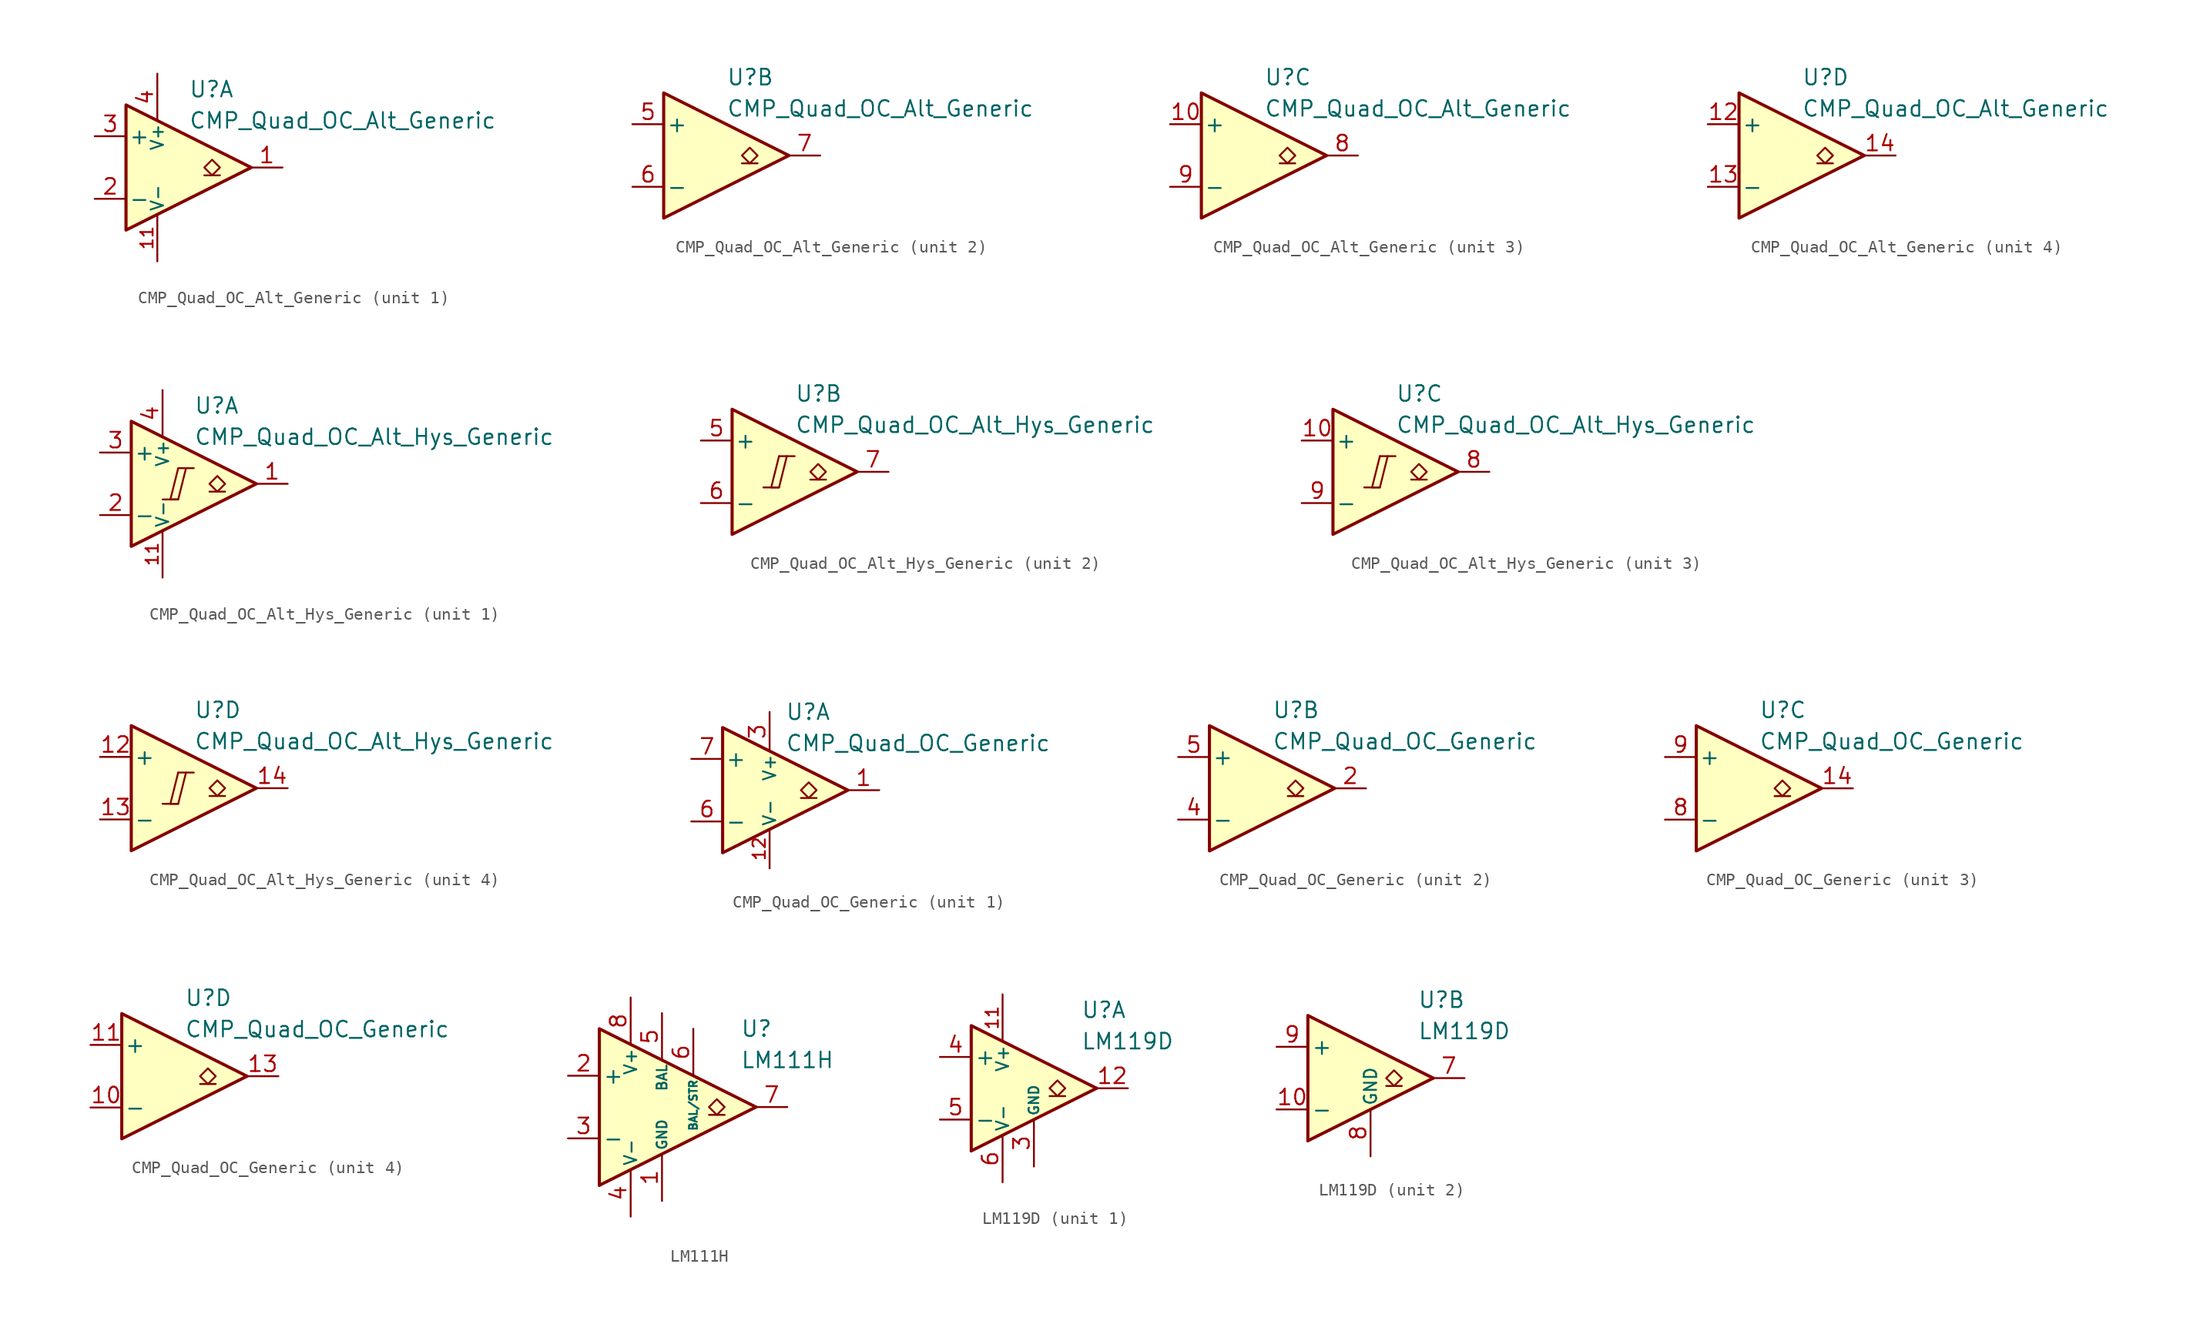
<source format=kicad_sym>
(kicad_symbol_lib
  (version 20211014)
  (generator kicad_symbol_editor)
  (symbol "CMP_Quad_OC_Alt_Generic"
    (pin_names
      (offset 0.2))
    (property "Reference" "U"
      (at 1.27 6.35 0)
      (effects (font (size 1.27 1.27)) (justify left)))
    (property "Value" "CMP_Quad_OC_Alt_Generic"
      (at 1.27 3.81 0)
      (effects (font (size 1.27 1.27)) (justify left)))
    (property "ki_locked" ""
      (at 0 0 0)
      (effects (font (size 1.27 1.27))))
    (symbol "CMP_Quad_OC_Alt_Generic_0_1"
      (polyline (pts (xy -3.81 5.08) (xy -3.81 -5.08) (xy 6.35 0) (xy -3.81 5.08)) (stroke (width 0.254) (type default) (color 0 0 0 0)) (fill (type background))))
    (symbol "CMP_Quad_OC_Alt_Generic_1_1"
      (polyline (pts (xy 3.81 -0.635) (xy 2.54 -0.635)) (stroke (width 0.152) (type default) (color 0 0 0 0)) (fill (type none)))
      (polyline (pts (xy 3.175 -0.635) (xy 2.54 0) (xy 3.175 0.635) (xy 3.81 0) (xy 3.175 -0.635)) (stroke (width 0.152) (type default) (color 0 0 0 0)) (fill (type none)))
      (pin open_collector line (at 8.89 0 180) (length 2.54) (name "~" (effects (font (size 1.27 1.27)))) (number "1" (effects (font (size 1.27 1.27)))))
      (pin power_in line (at -1.27 -7.62 90) (length 3.81) (name "V-" (effects (font (size 1 1)))) (number "11" (effects (font (size 1 1)))))
      (pin input line (at -6.35 -2.54 0) (length 2.54) (name "-" (effects (font (size 1.27 1.27)))) (number "2" (effects (font (size 1.27 1.27)))))
      (pin input line (at -6.35 2.54 0) (length 2.54) (name "+" (effects (font (size 1.27 1.27)))) (number "3" (effects (font (size 1.27 1.27)))))
      (pin power_in line (at -1.27 7.62 270) (length 3.81) (name "V+" (effects (font (size 1 1)))) (number "4" (effects (font (size 1.27 1.27))))))
    (symbol "CMP_Quad_OC_Alt_Generic_2_1"
      (polyline (pts (xy 3.81 -0.635) (xy 2.54 -0.635)) (stroke (width 0.152) (type default) (color 0 0 0 0)) (fill (type none)))
      (polyline (pts (xy 3.175 -0.635) (xy 2.54 0) (xy 3.175 0.635) (xy 3.81 0) (xy 3.175 -0.635)) (stroke (width 0.152) (type default) (color 0 0 0 0)) (fill (type none)))
      (pin input line (at -6.35 2.54 0) (length 2.54) (name "+" (effects (font (size 1.27 1.27)))) (number "5" (effects (font (size 1.27 1.27)))))
      (pin input line (at -6.35 -2.54 0) (length 2.54) (name "-" (effects (font (size 1.27 1.27)))) (number "6" (effects (font (size 1.27 1.27)))))
      (pin open_collector line (at 8.89 0 180) (length 2.54) (name "~" (effects (font (size 1.27 1.27)))) (number "7" (effects (font (size 1.27 1.27))))))
    (symbol "CMP_Quad_OC_Alt_Generic_3_1"
      (polyline (pts (xy 3.81 -0.635) (xy 2.54 -0.635)) (stroke (width 0.152) (type default) (color 0 0 0 0)) (fill (type none)))
      (polyline (pts (xy 3.175 -0.635) (xy 2.54 0) (xy 3.175 0.635) (xy 3.81 0) (xy 3.175 -0.635)) (stroke (width 0.152) (type default) (color 0 0 0 0)) (fill (type none)))
      (pin input line (at -6.35 2.54 0) (length 2.54) (name "+" (effects (font (size 1.27 1.27)))) (number "10" (effects (font (size 1.27 1.27)))))
      (pin open_collector line (at 8.89 0 180) (length 2.54) (name "~" (effects (font (size 1.27 1.27)))) (number "8" (effects (font (size 1.27 1.27)))))
      (pin input line (at -6.35 -2.54 0) (length 2.54) (name "-" (effects (font (size 1.27 1.27)))) (number "9" (effects (font (size 1.27 1.27))))))
    (symbol "CMP_Quad_OC_Alt_Generic_4_1"
      (polyline (pts (xy 3.81 -0.635) (xy 2.54 -0.635)) (stroke (width 0.152) (type default) (color 0 0 0 0)) (fill (type none)))
      (polyline (pts (xy 3.175 -0.635) (xy 2.54 0) (xy 3.175 0.635) (xy 3.81 0) (xy 3.175 -0.635)) (stroke (width 0.152) (type default) (color 0 0 0 0)) (fill (type none)))
      (pin input line (at -6.35 2.54 0) (length 2.54) (name "+" (effects (font (size 1.27 1.27)))) (number "12" (effects (font (size 1.27 1.27)))))
      (pin input line (at -6.35 -2.54 0) (length 2.54) (name "-" (effects (font (size 1.27 1.27)))) (number "13" (effects (font (size 1.27 1.27)))))
      (pin open_collector line (at 8.89 0 180) (length 2.54) (name "~" (effects (font (size 1.27 1.27)))) (number "14" (effects (font (size 1.27 1.27)))))))
  (symbol "CMP_Quad_OC_Alt_Hys_Generic"
    (pin_names
      (offset 0.2))
    (property "Reference" "U"
      (at 1.27 6.35 0)
      (effects (font (size 1.27 1.27)) (justify left)))
    (property "Value" "CMP_Quad_OC_Alt_Hys_Generic"
      (at 1.27 3.81 0)
      (effects (font (size 1.27 1.27)) (justify left)))
    (property "ki_locked" ""
      (at 0 0 0)
      (effects (font (size 1.27 1.27))))
    (symbol "CMP_Quad_OC_Alt_Hys_Generic_0_0"
      (polyline (pts (xy -1.27 -1.27) (xy 0 -1.27)) (stroke (width 0.152) (type default) (color 0 0 0 0)) (fill (type none)))
      (polyline (pts (xy 0 1.27) (xy 1.27 1.27)) (stroke (width 0.152) (type default) (color 0 0 0 0)) (fill (type none)))
      (polyline (pts (xy 0 1.27) (xy -0.635 -1.27) (xy 0 -1.27) (xy 0.635 1.27)) (stroke (width 0.152) (type default) (color 0 0 0 0)) (fill (type none))))
    (symbol "CMP_Quad_OC_Alt_Hys_Generic_0_1"
      (polyline (pts (xy -3.81 5.08) (xy -3.81 -5.08) (xy 6.35 0) (xy -3.81 5.08)) (stroke (width 0.254) (type default) (color 0 0 0 0)) (fill (type background))))
    (symbol "CMP_Quad_OC_Alt_Hys_Generic_1_1"
      (polyline (pts (xy 3.81 -0.635) (xy 2.54 -0.635)) (stroke (width 0.152) (type default) (color 0 0 0 0)) (fill (type none)))
      (polyline (pts (xy 3.175 -0.635) (xy 2.54 0) (xy 3.175 0.635) (xy 3.81 0) (xy 3.175 -0.635)) (stroke (width 0.152) (type default) (color 0 0 0 0)) (fill (type none)))
      (pin open_collector line (at 8.89 0 180) (length 2.54) (name "~" (effects (font (size 1.27 1.27)))) (number "1" (effects (font (size 1.27 1.27)))))
      (pin power_in line (at -1.27 -7.62 90) (length 3.81) (name "V-" (effects (font (size 1 1)))) (number "11" (effects (font (size 1 1)))))
      (pin input line (at -6.35 -2.54 0) (length 2.54) (name "-" (effects (font (size 1.27 1.27)))) (number "2" (effects (font (size 1.27 1.27)))))
      (pin input line (at -6.35 2.54 0) (length 2.54) (name "+" (effects (font (size 1.27 1.27)))) (number "3" (effects (font (size 1.27 1.27)))))
      (pin power_in line (at -1.27 7.62 270) (length 3.81) (name "V+" (effects (font (size 1 1)))) (number "4" (effects (font (size 1.27 1.27))))))
    (symbol "CMP_Quad_OC_Alt_Hys_Generic_2_1"
      (polyline (pts (xy 3.81 -0.635) (xy 2.54 -0.635)) (stroke (width 0.152) (type default) (color 0 0 0 0)) (fill (type none)))
      (polyline (pts (xy 3.175 -0.635) (xy 2.54 0) (xy 3.175 0.635) (xy 3.81 0) (xy 3.175 -0.635)) (stroke (width 0.152) (type default) (color 0 0 0 0)) (fill (type none)))
      (pin input line (at -6.35 2.54 0) (length 2.54) (name "+" (effects (font (size 1.27 1.27)))) (number "5" (effects (font (size 1.27 1.27)))))
      (pin input line (at -6.35 -2.54 0) (length 2.54) (name "-" (effects (font (size 1.27 1.27)))) (number "6" (effects (font (size 1.27 1.27)))))
      (pin open_collector line (at 8.89 0 180) (length 2.54) (name "~" (effects (font (size 1.27 1.27)))) (number "7" (effects (font (size 1.27 1.27))))))
    (symbol "CMP_Quad_OC_Alt_Hys_Generic_3_1"
      (polyline (pts (xy 3.81 -0.635) (xy 2.54 -0.635)) (stroke (width 0.152) (type default) (color 0 0 0 0)) (fill (type none)))
      (polyline (pts (xy 3.175 -0.635) (xy 2.54 0) (xy 3.175 0.635) (xy 3.81 0) (xy 3.175 -0.635)) (stroke (width 0.152) (type default) (color 0 0 0 0)) (fill (type none)))
      (pin input line (at -6.35 2.54 0) (length 2.54) (name "+" (effects (font (size 1.27 1.27)))) (number "10" (effects (font (size 1.27 1.27)))))
      (pin open_collector line (at 8.89 0 180) (length 2.54) (name "~" (effects (font (size 1.27 1.27)))) (number "8" (effects (font (size 1.27 1.27)))))
      (pin input line (at -6.35 -2.54 0) (length 2.54) (name "-" (effects (font (size 1.27 1.27)))) (number "9" (effects (font (size 1.27 1.27))))))
    (symbol "CMP_Quad_OC_Alt_Hys_Generic_4_1"
      (polyline (pts (xy 3.81 -0.635) (xy 2.54 -0.635)) (stroke (width 0.152) (type default) (color 0 0 0 0)) (fill (type none)))
      (polyline (pts (xy 3.175 -0.635) (xy 2.54 0) (xy 3.175 0.635) (xy 3.81 0) (xy 3.175 -0.635)) (stroke (width 0.152) (type default) (color 0 0 0 0)) (fill (type none)))
      (pin input line (at -6.35 2.54 0) (length 2.54) (name "+" (effects (font (size 1.27 1.27)))) (number "12" (effects (font (size 1.27 1.27)))))
      (pin input line (at -6.35 -2.54 0) (length 2.54) (name "-" (effects (font (size 1.27 1.27)))) (number "13" (effects (font (size 1.27 1.27)))))
      (pin open_collector line (at 8.89 0 180) (length 2.54) (name "~" (effects (font (size 1.27 1.27)))) (number "14" (effects (font (size 1.27 1.27)))))))
  (symbol "CMP_Quad_OC_Generic"
    (pin_names
      (offset 0.2))
    (property "Reference" "U"
      (at 1.27 6.35 0)
      (effects (font (size 1.27 1.27)) (justify left)))
    (property "Value" "CMP_Quad_OC_Generic"
      (at 1.27 3.81 0)
      (effects (font (size 1.27 1.27)) (justify left)))
    (property "ki_locked" ""
      (at 0 0 0)
      (effects (font (size 1.27 1.27))))
    (symbol "CMP_Quad_OC_Generic_0_1"
      (polyline (pts (xy -3.81 5.08) (xy -3.81 -5.08) (xy 6.35 0) (xy -3.81 5.08)) (stroke (width 0.254) (type default) (color 0 0 0 0)) (fill (type background))))
    (symbol "CMP_Quad_OC_Generic_1_1"
      (polyline (pts (xy 3.81 -0.635) (xy 2.54 -0.635)) (stroke (width 0.152) (type default) (color 0 0 0 0)) (fill (type none)))
      (polyline (pts (xy 3.175 -0.635) (xy 2.54 0) (xy 3.175 0.635) (xy 3.81 0) (xy 3.175 -0.635)) (stroke (width 0.152) (type default) (color 0 0 0 0)) (fill (type none)))
      (pin open_collector line (at 8.89 0 180) (length 2.54) (name "~" (effects (font (size 1.27 1.27)))) (number "1" (effects (font (size 1.27 1.27)))))
      (pin power_in line (at 0 -6.35 90) (length 3.18) (name "V-" (effects (font (size 1 1)))) (number "12" (effects (font (size 1 1)))))
      (pin power_in line (at 0 6.35 270) (length 3.18) (name "V+" (effects (font (size 1 1)))) (number "3" (effects (font (size 1.27 1.27)))))
      (pin input line (at -6.35 -2.54 0) (length 2.54) (name "-" (effects (font (size 1.27 1.27)))) (number "6" (effects (font (size 1.27 1.27)))))
      (pin input line (at -6.35 2.54 0) (length 2.54) (name "+" (effects (font (size 1.27 1.27)))) (number "7" (effects (font (size 1.27 1.27))))))
    (symbol "CMP_Quad_OC_Generic_2_1"
      (polyline (pts (xy 3.81 -0.635) (xy 2.54 -0.635)) (stroke (width 0.152) (type default) (color 0 0 0 0)) (fill (type none)))
      (polyline (pts (xy 3.175 -0.635) (xy 2.54 0) (xy 3.175 0.635) (xy 3.81 0) (xy 3.175 -0.635)) (stroke (width 0.152) (type default) (color 0 0 0 0)) (fill (type none)))
      (pin open_collector line (at 8.89 0 180) (length 2.54) (name "~" (effects (font (size 1.27 1.27)))) (number "2" (effects (font (size 1.27 1.27)))))
      (pin input line (at -6.35 -2.54 0) (length 2.54) (name "-" (effects (font (size 1.27 1.27)))) (number "4" (effects (font (size 1.27 1.27)))))
      (pin input line (at -6.35 2.54 0) (length 2.54) (name "+" (effects (font (size 1.27 1.27)))) (number "5" (effects (font (size 1.27 1.27))))))
    (symbol "CMP_Quad_OC_Generic_3_1"
      (polyline (pts (xy 3.81 -0.635) (xy 2.54 -0.635)) (stroke (width 0.152) (type default) (color 0 0 0 0)) (fill (type none)))
      (polyline (pts (xy 3.175 -0.635) (xy 2.54 0) (xy 3.175 0.635) (xy 3.81 0) (xy 3.175 -0.635)) (stroke (width 0.152) (type default) (color 0 0 0 0)) (fill (type none)))
      (pin open_collector line (at 8.89 0 180) (length 2.54) (name "~" (effects (font (size 1.27 1.27)))) (number "14" (effects (font (size 1.27 1.27)))))
      (pin input line (at -6.35 -2.54 0) (length 2.54) (name "-" (effects (font (size 1.27 1.27)))) (number "8" (effects (font (size 1.27 1.27)))))
      (pin input line (at -6.35 2.54 0) (length 2.54) (name "+" (effects (font (size 1.27 1.27)))) (number "9" (effects (font (size 1.27 1.27))))))
    (symbol "CMP_Quad_OC_Generic_4_1"
      (polyline (pts (xy 3.81 -0.635) (xy 2.54 -0.635)) (stroke (width 0.152) (type default) (color 0 0 0 0)) (fill (type none)))
      (polyline (pts (xy 3.175 -0.635) (xy 2.54 0) (xy 3.175 0.635) (xy 3.81 0) (xy 3.175 -0.635)) (stroke (width 0.152) (type default) (color 0 0 0 0)) (fill (type none)))
      (pin input line (at -6.35 -2.54 0) (length 2.54) (name "-" (effects (font (size 1.27 1.27)))) (number "10" (effects (font (size 1.27 1.27)))))
      (pin input line (at -6.35 2.54 0) (length 2.54) (name "+" (effects (font (size 1.27 1.27)))) (number "11" (effects (font (size 1.27 1.27)))))
      (pin open_collector line (at 8.89 0 180) (length 2.54) (name "~" (effects (font (size 1.27 1.27)))) (number "13" (effects (font (size 1.27 1.27)))))))
  (symbol "LM111H"
    (pin_names
      (offset 0.254))
    (property "Reference" "U"
      (at 6.35 6.35 0)
      (effects (font (size 1.27 1.27)) (justify left)))
    (property "Value" "LM111H"
      (at 6.35 3.81 0)
      (effects (font (size 1.27 1.27)) (justify left)))
    (symbol "LM111H_0_0"
      (polyline (pts (xy 7.62 0) (xy -5.08 -6.35)) (stroke (width 0.254) (type default) (color 0 0 0 0)) (fill (type none)))
      (polyline (pts (xy 7.62 0) (xy -5.08 6.35) (xy -5.08 -6.35)) (stroke (width 0.254) (type default) (color 0 0 0 0)) (fill (type background))))
    (symbol "LM111H_1_1"
      (polyline (pts (xy 5.08 -0.635) (xy 3.81 -0.635)) (stroke (width 0.152) (type default) (color 0 0 0 0)) (fill (type none)))
      (polyline (pts (xy 4.445 -0.635) (xy 3.81 0) (xy 4.445 0.635) (xy 5.08 0) (xy 4.445 -0.635)) (stroke (width 0.152) (type default) (color 0 0 0 0)) (fill (type none)))
      (pin power_in line (at 0 -7.62 90) (length 3.81) (name "GND" (effects (font (size 0.8 0.8)))) (number "1" (effects (font (size 1.27 1.27)))))
      (pin input line (at -7.62 2.54 0) (length 2.54) (name "+" (effects (font (size 1.27 1.27)))) (number "2" (effects (font (size 1.27 1.27)))))
      (pin input line (at -7.62 -2.54 0) (length 2.54) (name "-" (effects (font (size 1.27 1.27)))) (number "3" (effects (font (size 1.27 1.27)))))
      (pin power_in line (at -2.54 -8.89 90) (length 3.81) (name "V-" (effects (font (size 1 1)))) (number "4" (effects (font (size 1.27 1.27)))))
      (pin input line (at 0 7.62 270) (length 3.81) (name "BAL" (effects (font (size 0.8 0.8)))) (number "5" (effects (font (size 1.27 1.27)))))
      (pin input line (at 2.54 6.35 270) (length 3.81) (name "BAL/STR" (effects (font (size 0.635 0.635)))) (number "6" (effects (font (size 1.27 1.27)))))
      (pin open_collector line (at 10.16 0 180) (length 2.54) (name "~" (effects (font (size 1.27 1.27)))) (number "7" (effects (font (size 1.27 1.27)))))
      (pin power_in line (at -2.54 8.89 270) (length 3.81) (name "V+" (effects (font (size 1 1)))) (number "8" (effects (font (size 1.27 1.27)))))))
  (symbol "LM119D"
    (pin_names
      (offset 0.254))
    (property "Reference" "U"
      (at 6.35 6.35 0)
      (effects (font (size 1.27 1.27)) (justify left)))
    (property "Value" "LM119D"
      (at 6.35 3.81 0)
      (effects (font (size 1.27 1.27)) (justify left)))
    (property "ki_locked" ""
      (at 0 0 0)
      (effects (font (size 1.27 1.27))))
    (symbol "LM119D_0_0"
      (polyline (pts (xy 7.62 0) (xy -2.54 -5.08)) (stroke (width 0.254) (type default) (color 0 0 0 0)) (fill (type none)))
      (polyline (pts (xy 7.62 0) (xy -2.54 5.08) (xy -2.54 -5.08)) (stroke (width 0.254) (type default) (color 0 0 0 0)) (fill (type background))))
    (symbol "LM119D_1_1"
      (polyline (pts (xy 5.08 -0.635) (xy 3.81 -0.635)) (stroke (width 0.152) (type default) (color 0 0 0 0)) (fill (type none)))
      (polyline (pts (xy 4.445 -0.635) (xy 3.81 0) (xy 4.445 0.635) (xy 5.08 0) (xy 4.445 -0.635)) (stroke (width 0.152) (type default) (color 0 0 0 0)) (fill (type none)))
      (pin open_emitter line (at 1.27 2.54 270) (length 2.54) hide (name "NC" (effects (font (size 1.27 1.27)))) (number "1" (effects (font (size 1.27 1.27)))))
      (pin power_in line (at 0 7.62 270) (length 3.81) (name "V+" (effects (font (size 1 1)))) (number "11" (effects (font (size 1 1)))))
      (pin open_collector line (at 10.16 0 180) (length 2.54) (name "~" (effects (font (size 1.27 1.27)))) (number "12" (effects (font (size 1.27 1.27)))))
      (pin no_connect line (at 1.27 -2.54 90) (length 2.54) hide (name "NC" (effects (font (size 1.27 1.27)))) (number "2" (effects (font (size 1.27 1.27)))))
      (pin power_in line (at 2.54 -6.35 90) (length 3.81) (name "GND" (effects (font (size 0.8 0.8)))) (number "3" (effects (font (size 1.27 1.27)))))
      (pin input line (at -5.08 2.54 0) (length 2.54) (name "+" (effects (font (size 1.27 1.27)))) (number "4" (effects (font (size 1.27 1.27)))))
      (pin input line (at -5.08 -2.54 0) (length 2.54) (name "-" (effects (font (size 1.27 1.27)))) (number "5" (effects (font (size 1.27 1.27)))))
      (pin power_in line (at 0 -7.62 90) (length 3.81) (name "V-" (effects (font (size 1 1)))) (number "6" (effects (font (size 1.27 1.27))))))
    (symbol "LM119D_2_1"
      (polyline (pts (xy 5.08 -0.635) (xy 3.81 -0.635)) (stroke (width 0.152) (type default) (color 0 0 0 0)) (fill (type none)))
      (polyline (pts (xy 4.445 -0.635) (xy 3.81 0) (xy 4.445 0.635) (xy 5.08 0) (xy 4.445 -0.635)) (stroke (width 0.152) (type default) (color 0 0 0 0)) (fill (type none)))
      (pin input line (at -5.08 -2.54 0) (length 2.54) (name "-" (effects (font (size 1.27 1.27)))) (number "10" (effects (font (size 1.27 1.27)))))
      (pin no_connect line (at 1.27 -2.54 90) (length 2.54) hide (name "NC" (effects (font (size 1.27 1.27)))) (number "13" (effects (font (size 1.27 1.27)))))
      (pin no_connect line (at 1.27 2.54 270) (length 2.54) hide (name "NC" (effects (font (size 1.27 1.27)))) (number "14" (effects (font (size 1.27 1.27)))))
      (pin open_collector line (at 10.16 0 180) (length 2.54) (name "~" (effects (font (size 1.27 1.27)))) (number "7" (effects (font (size 1.27 1.27)))))
      (pin power_in line (at 2.54 -6.35 90) (length 3.81) (name "GND" (effects (font (size 1 1)))) (number "8" (effects (font (size 1.27 1.27)))))
      (pin input line (at -5.08 2.54 0) (length 2.54) (name "+" (effects (font (size 1.27 1.27)))) (number "9" (effects (font (size 1.27 1.27))))))))
</source>
